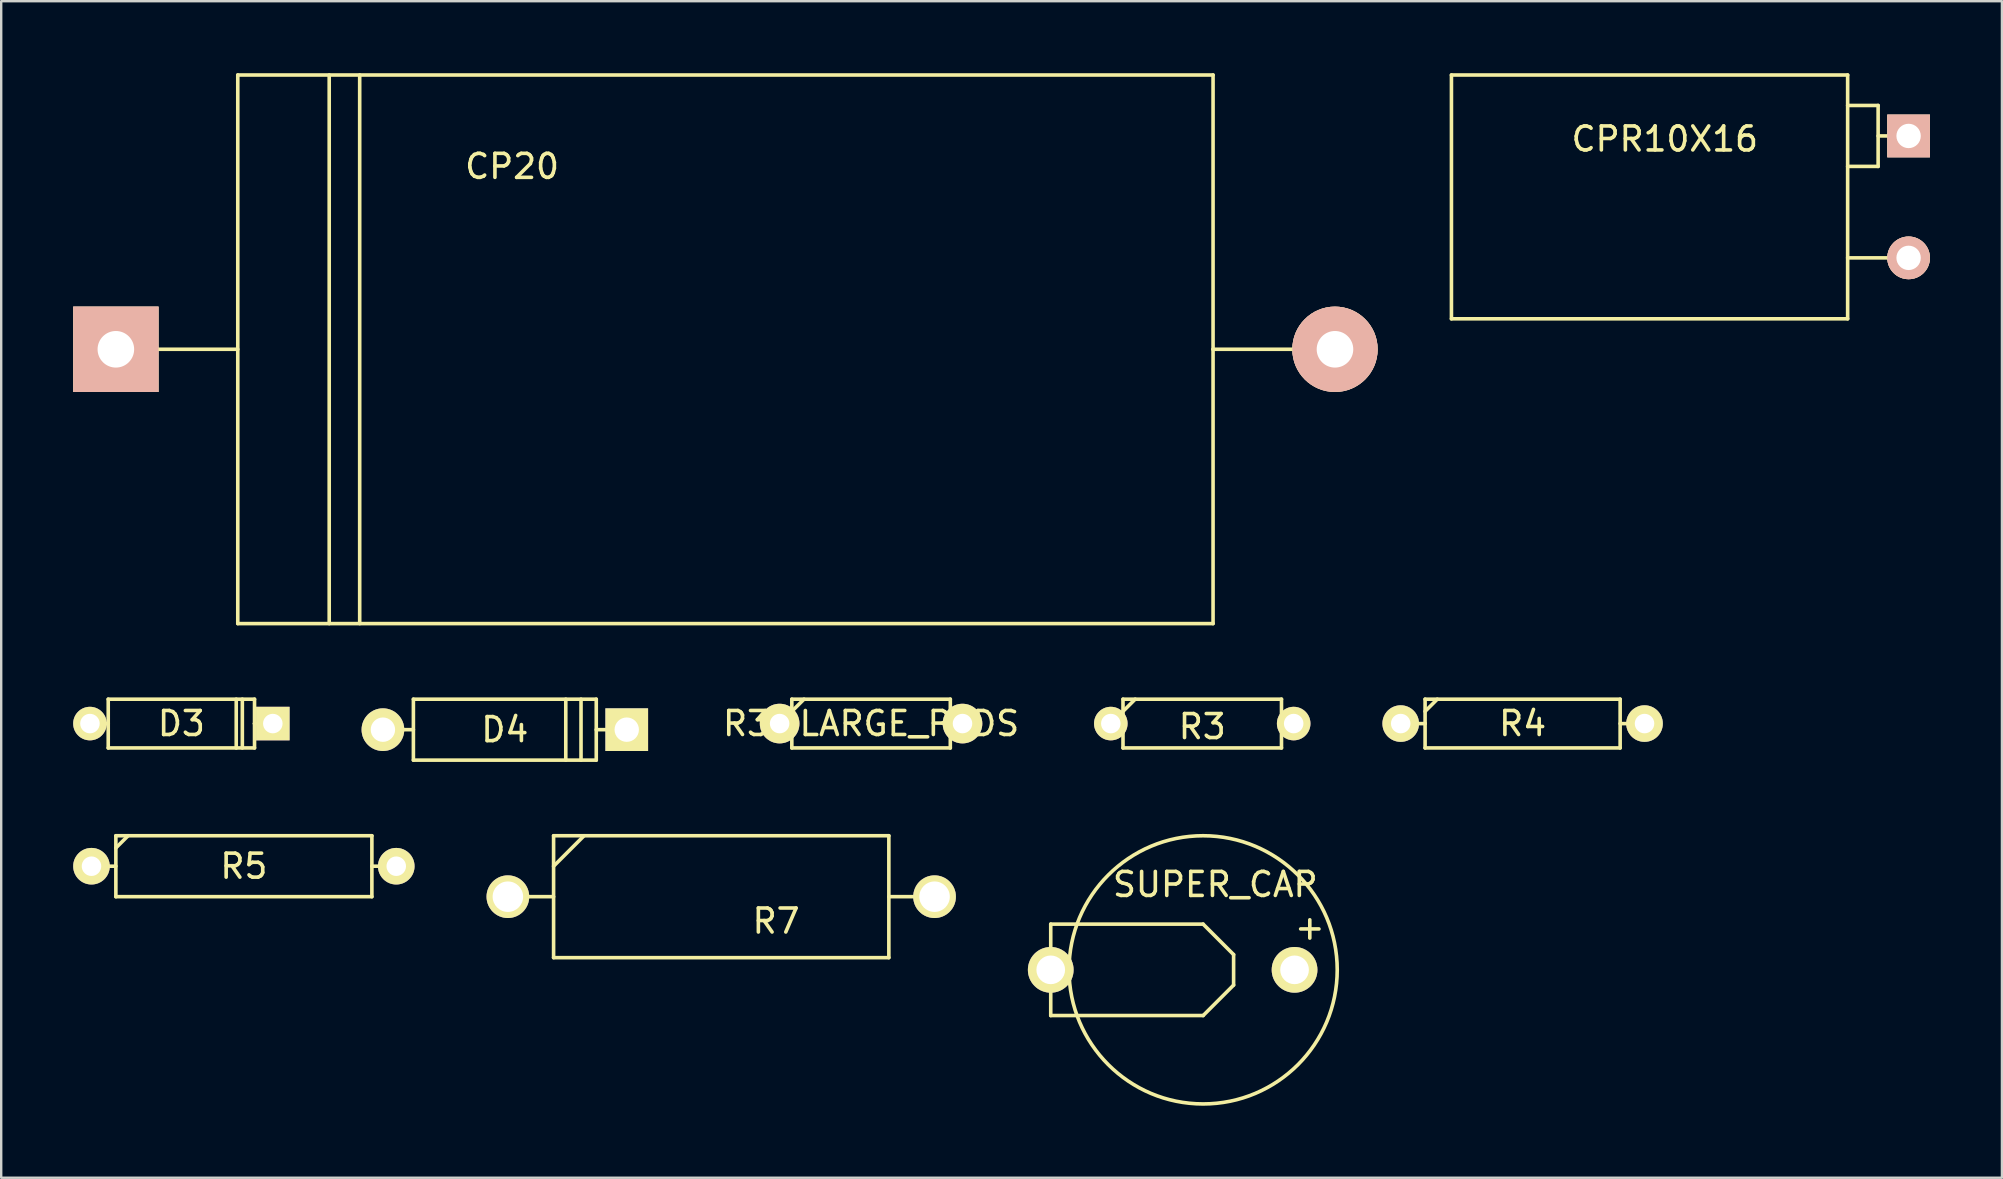
<source format=kicad_pcb>
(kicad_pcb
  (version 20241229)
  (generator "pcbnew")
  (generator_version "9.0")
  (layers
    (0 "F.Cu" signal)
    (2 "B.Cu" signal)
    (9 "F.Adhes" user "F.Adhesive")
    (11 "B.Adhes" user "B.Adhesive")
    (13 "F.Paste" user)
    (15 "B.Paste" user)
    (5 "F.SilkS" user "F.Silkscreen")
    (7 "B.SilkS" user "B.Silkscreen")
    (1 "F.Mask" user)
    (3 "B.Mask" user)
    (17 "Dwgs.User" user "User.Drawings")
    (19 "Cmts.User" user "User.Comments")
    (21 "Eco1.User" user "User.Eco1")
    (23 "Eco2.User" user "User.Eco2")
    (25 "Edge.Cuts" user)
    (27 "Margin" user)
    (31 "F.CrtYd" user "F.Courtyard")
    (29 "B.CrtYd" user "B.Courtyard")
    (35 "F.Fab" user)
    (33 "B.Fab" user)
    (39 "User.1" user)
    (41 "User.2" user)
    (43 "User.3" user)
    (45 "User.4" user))
  (footprint "SUPER_CAP"
    (layer "F.Cu")
    (at 47.084 37.363)
    (property "Reference" "SUPER_CAP" (at 0.508 -3.556 0) (layer "F.SilkS") (effects (font (size 1 1) (thickness 0.15))))
    (attr through_hole)
    (fp_line (start -6.35 -1.905) (end -6.35 1.905) (stroke (width 0.15) (type solid)) (layer "F.SilkS"))
    (fp_line (start -6.35 1.905) (end 0 1.905) (stroke (width 0.15) (type solid)) (layer "F.SilkS"))
    (fp_line (start -5.715 0) (end -6.35 0) (stroke (width 0.15) (type solid)) (layer "F.SilkS"))
    (fp_line (start 0 -1.905) (end -6.35 -1.905) (stroke (width 0.15) (type solid)) (layer "F.SilkS"))
    (fp_line (start 0 1.905) (end 1.27 0.635) (stroke (width 0.15) (type solid)) (layer "F.SilkS"))
    (fp_line (start 1.27 -0.635) (end 0 -1.905) (stroke (width 0.15) (type solid)) (layer "F.SilkS"))
    (fp_line (start 1.27 0.635) (end 1.27 -0.635) (stroke (width 0.15) (type solid)) (layer "F.SilkS"))
    (fp_circle (center 0 0) (end 0 -5.588) (stroke (width 0.15) (type solid)) (fill no) (layer "F.SilkS"))
    (fp_text user "+" (at 4.445 -1.778 0) (layer "F.SilkS") (effects (font (size 1 1) (thickness 0.15))))
    (pad "1" thru_hole circle (at 3.81 0) (size 1.905 1.905) (drill 1.194) (layers "*.Cu" "*.Mask" "F.SilkS"))
    (pad "2" thru_hole circle (at -6.35 0) (size 1.905 1.905) (drill 1.194) (layers "*.Cu" "*.Mask" "F.SilkS")))
  (footprint "CP20"
    (layer "F.Cu")
    (at 27.178 11.505)
    (property "Reference" "CP20" (at -8.89 -7.62 0) (layer "F.SilkS") (effects (font (size 1 1) (thickness 0.15))))
    (attr through_hole)
    (fp_line (start -25.4 0) (end -20.32 0) (stroke (width 0.15) (type solid)) (layer "F.SilkS"))
    (fp_line (start -20.32 -11.43) (end -20.32 11.43) (stroke (width 0.15) (type solid)) (layer "F.SilkS"))
    (fp_line (start -20.32 11.43) (end 20.32 11.43) (stroke (width 0.15) (type solid)) (layer "F.SilkS"))
    (fp_line (start -16.51 -11.43) (end -16.51 11.43) (stroke (width 0.15) (type solid)) (layer "F.SilkS"))
    (fp_line (start -15.24 11.43) (end -15.24 -11.43) (stroke (width 0.15) (type solid)) (layer "F.SilkS"))
    (fp_line (start 20.32 -11.43) (end -20.32 -11.43) (stroke (width 0.15) (type solid)) (layer "F.SilkS"))
    (fp_line (start 20.32 0) (end 20.32 -11.43) (stroke (width 0.15) (type solid)) (layer "F.SilkS"))
    (fp_line (start 20.32 11.43) (end 20.32 0) (stroke (width 0.15) (type solid)) (layer "F.SilkS"))
    (fp_line (start 25.4 0) (end 20.32 0) (stroke (width 0.15) (type solid)) (layer "F.SilkS"))
    (pad "1" thru_hole rect (at -25.4 0) (size 3.556 3.556) (drill 1.524) (layers "*.Cu" "*.SilkS" "*.Mask"))
    (pad "2" thru_hole circle (at 25.4 0) (size 3.556 3.556) (drill 1.524) (layers "*.Cu" "*.SilkS" "*.Mask")))
  (footprint "CPR10X16"
    (layer "F.Cu")
    (at 76.481 5.282)
    (property "Reference" "CPR10X16" (at -10.16 -2.54 0) (layer "F.SilkS") (effects (font (size 1 1) (thickness 0.15))))
    (attr through_hole)
    (fp_line (start -19.05 -5.207) (end -19.05 4.953) (stroke (width 0.15) (type solid)) (layer "F.SilkS"))
    (fp_line (start -19.05 4.953) (end -2.54 4.953) (stroke (width 0.15) (type solid)) (layer "F.SilkS"))
    (fp_line (start -2.54 -5.207) (end -19.05 -5.207) (stroke (width 0.15) (type solid)) (layer "F.SilkS"))
    (fp_line (start -2.54 -3.937) (end -1.27 -3.937) (stroke (width 0.15) (type solid)) (layer "F.SilkS"))
    (fp_line (start -2.54 2.413) (end 0 2.413) (stroke (width 0.15) (type solid)) (layer "F.SilkS"))
    (fp_line (start -2.54 4.953) (end -2.54 -5.207) (stroke (width 0.15) (type solid)) (layer "F.SilkS"))
    (fp_line (start -1.27 -3.937) (end -1.27 -1.397) (stroke (width 0.15) (type solid)) (layer "F.SilkS"))
    (fp_line (start -1.27 -2.667) (end 0 -2.667) (stroke (width 0.15) (type solid)) (layer "F.SilkS"))
    (fp_line (start -1.27 -1.397) (end -2.54 -1.397) (stroke (width 0.15) (type solid)) (layer "F.SilkS"))
    (pad "1" thru_hole rect (at 0 -2.667) (size 1.778 1.778) (drill 1.016) (layers "*.Cu" "*.SilkS" "*.Mask"))
    (pad "2" thru_hole circle (at 0 2.413) (size 1.778 1.778) (drill 1.016) (layers "*.Cu" "*.SilkS" "*.Mask")))
  (footprint "R3"
    (layer "F.Cu")
    (at 47.047 27.101)
    (property "Reference" "R3" (at 0 0.127 0) (layer "F.SilkS") (effects (font (size 1 1) (thickness 0.15))))
    (attr through_hole)
    (fp_line (start -3.81 0) (end -3.302 0) (stroke (width 0.15) (type solid)) (layer "F.SilkS"))
    (fp_line (start -3.302 -1.016) (end -3.302 1.016) (stroke (width 0.15) (type solid)) (layer "F.SilkS"))
    (fp_line (start -3.302 -0.508) (end -2.794 -1.016) (stroke (width 0.15) (type solid)) (layer "F.SilkS"))
    (fp_line (start -3.302 1.016) (end 3.302 1.016) (stroke (width 0.15) (type solid)) (layer "F.SilkS"))
    (fp_line (start 3.302 -1.016) (end -3.302 -1.016) (stroke (width 0.15) (type solid)) (layer "F.SilkS"))
    (fp_line (start 3.302 0) (end 3.302 -1.016) (stroke (width 0.15) (type solid)) (layer "F.SilkS"))
    (fp_line (start 3.302 1.016) (end 3.302 0) (stroke (width 0.15) (type solid)) (layer "F.SilkS"))
    (fp_line (start 3.81 0) (end 3.302 0) (stroke (width 0.15) (type solid)) (layer "F.SilkS"))
    (pad "1" thru_hole circle (at -3.81 0) (size 1.397 1.397) (drill 0.813) (layers "*.Cu" "*.Mask" "F.SilkS"))
    (pad "2" thru_hole circle (at 3.81 0) (size 1.397 1.397) (drill 0.813) (layers "*.Cu" "*.Mask" "F.SilkS")))
  (footprint "D4"
    (layer "F.Cu")
    (at 17.986 27.355)
    (property "Reference" "D4" (at 0 0 0) (layer "F.SilkS") (effects (font (size 1 1) (thickness 0.15))))
    (attr through_hole)
    (fp_line (start -3.81 -1.27) (end 3.81 -1.27) (stroke (width 0.15) (type solid)) (layer "F.SilkS"))
    (fp_line (start -3.81 0) (end -5.08 0) (stroke (width 0.15) (type solid)) (layer "F.SilkS"))
    (fp_line (start -3.81 1.27) (end -3.81 -1.27) (stroke (width 0.15) (type solid)) (layer "F.SilkS"))
    (fp_line (start 2.54 1.27) (end 2.54 -1.27) (stroke (width 0.15) (type solid)) (layer "F.SilkS"))
    (fp_line (start 3.175 -1.27) (end 3.175 1.27) (stroke (width 0.15) (type solid)) (layer "F.SilkS"))
    (fp_line (start 3.81 -1.27) (end 3.81 1.27) (stroke (width 0.15) (type solid)) (layer "F.SilkS"))
    (fp_line (start 3.81 0) (end 5.08 0) (stroke (width 0.15) (type solid)) (layer "F.SilkS"))
    (fp_line (start 3.81 1.27) (end -3.81 1.27) (stroke (width 0.15) (type solid)) (layer "F.SilkS"))
    (pad "1" thru_hole rect (at 5.08 0) (size 1.778 1.778) (drill 1.016) (layers "*.Cu" "*.Mask" "F.SilkS"))
    (pad "2" thru_hole circle (at -5.08 0) (size 1.778 1.778) (drill 1.016) (layers "*.Cu" "*.Mask" "F.SilkS")))
  (footprint "R4"
    (layer "F.Cu")
    (at 60.397 27.101)
    (property "Reference" "R4" (at 0 0 0) (layer "F.SilkS") (effects (font (size 1 1) (thickness 0.15))))
    (attr through_hole)
    (fp_line (start -5.08 0) (end -4.064 0) (stroke (width 0.15) (type solid)) (layer "F.SilkS"))
    (fp_line (start -4.064 -1.016) (end 4.064 -1.016) (stroke (width 0.15) (type solid)) (layer "F.SilkS"))
    (fp_line (start -4.064 -0.508) (end -3.556 -1.016) (stroke (width 0.15) (type solid)) (layer "F.SilkS"))
    (fp_line (start -4.064 0) (end -4.064 -1.016) (stroke (width 0.15) (type solid)) (layer "F.SilkS"))
    (fp_line (start -4.064 1.016) (end -4.064 0) (stroke (width 0.15) (type solid)) (layer "F.SilkS"))
    (fp_line (start 4.064 -1.016) (end 4.064 1.016) (stroke (width 0.15) (type solid)) (layer "F.SilkS"))
    (fp_line (start 4.064 1.016) (end -4.064 1.016) (stroke (width 0.15) (type solid)) (layer "F.SilkS"))
    (fp_line (start 5.08 0) (end 4.064 0) (stroke (width 0.15) (type solid)) (layer "F.SilkS"))
    (pad "1" thru_hole circle (at -5.08 0) (size 1.524 1.524) (drill 0.813) (layers "*.Cu" "*.Mask" "F.SilkS"))
    (pad "2" thru_hole circle (at 5.08 0) (size 1.524 1.524) (drill 0.813) (layers "*.Cu" "*.Mask" "F.SilkS")))
  (footprint "D3"
    (layer "F.Cu")
    (at 4.508 27.101)
    (property "Reference" "D3" (at 0 0 0) (layer "F.SilkS") (effects (font (size 1 1) (thickness 0.15))))
    (attr through_hole)
    (fp_line (start -3.048 -1.016) (end -3.048 0) (stroke (width 0.15) (type solid)) (layer "F.SilkS"))
    (fp_line (start -3.048 0) (end -3.81 0) (stroke (width 0.15) (type solid)) (layer "F.SilkS"))
    (fp_line (start -3.048 0) (end -3.048 1.016) (stroke (width 0.15) (type solid)) (layer "F.SilkS"))
    (fp_line (start -3.048 1.016) (end 3.048 1.016) (stroke (width 0.15) (type solid)) (layer "F.SilkS"))
    (fp_line (start 2.286 1.016) (end 2.286 -1.016) (stroke (width 0.15) (type solid)) (layer "F.SilkS"))
    (fp_line (start 2.54 -1.016) (end 2.54 1.016) (stroke (width 0.15) (type solid)) (layer "F.SilkS"))
    (fp_line (start 3.048 -1.016) (end -3.048 -1.016) (stroke (width 0.15) (type solid)) (layer "F.SilkS"))
    (fp_line (start 3.048 0) (end 3.048 -1.016) (stroke (width 0.15) (type solid)) (layer "F.SilkS"))
    (fp_line (start 3.048 1.016) (end 3.048 0) (stroke (width 0.15) (type solid)) (layer "F.SilkS"))
    (fp_line (start 3.81 0) (end 3.048 0) (stroke (width 0.15) (type solid)) (layer "F.SilkS"))
    (pad "1" thru_hole rect (at 3.81 0) (size 1.397 1.397) (drill 0.813) (layers "*.Cu" "*.Mask" "F.SilkS"))
    (pad "2" thru_hole circle (at -3.81 0) (size 1.397 1.397) (drill 0.813) (layers "*.Cu" "*.Mask" "F.SilkS")))
  (footprint "R7"
    (layer "F.Cu")
    (at 27.003 34.315)
    (property "Reference" "R7" (at 2.286 1.016 0) (layer "F.SilkS") (effects (font (size 1 1) (thickness 0.15))))
    (attr through_hole)
    (fp_line (start -8.89 0) (end -8.89 0) (stroke (width 0.15) (type solid)) (layer "F.SilkS"))
    (fp_line (start -8.89 0) (end -8.89 0) (stroke (width 0.15) (type solid)) (layer "F.SilkS"))
    (fp_line (start -8.89 0) (end -6.985 0) (stroke (width 0.15) (type solid)) (layer "F.SilkS"))
    (fp_line (start -6.985 -2.54) (end -6.985 2.54) (stroke (width 0.15) (type solid)) (layer "F.SilkS"))
    (fp_line (start -6.985 -2.54) (end 6.985 -2.54) (stroke (width 0.15) (type solid)) (layer "F.SilkS"))
    (fp_line (start -6.985 -1.27) (end -5.715 -2.54) (stroke (width 0.15) (type solid)) (layer "F.SilkS"))
    (fp_line (start 6.985 -2.54) (end 6.985 2.54) (stroke (width 0.15) (type solid)) (layer "F.SilkS"))
    (fp_line (start 6.985 0) (end 8.89 0) (stroke (width 0.15) (type solid)) (layer "F.SilkS"))
    (fp_line (start 6.985 2.54) (end -6.985 2.54) (stroke (width 0.15) (type solid)) (layer "F.SilkS"))
    (fp_line (start 8.89 0) (end 8.89 0) (stroke (width 0.15) (type solid)) (layer "F.SilkS"))
    (pad "1" thru_hole circle (at -8.89 0) (size 1.778 1.778) (drill 1.27) (layers "*.Cu" "*.Mask" "F.SilkS"))
    (pad "2" thru_hole circle (at 8.89 0) (size 1.778 1.778) (drill 1.27) (layers "*.Cu" "*.Mask" "F.SilkS")))
  (footprint "R5"
    (layer "F.Cu")
    (at 7.112 33.045)
    (property "Reference" "R5" (at 0 0 0) (layer "F.SilkS") (effects (font (size 1 1) (thickness 0.15))))
    (attr through_hole)
    (fp_line (start -6.35 0) (end -5.334 0) (stroke (width 0.15) (type solid)) (layer "F.SilkS"))
    (fp_line (start -5.334 -1.27) (end 5.334 -1.27) (stroke (width 0.15) (type solid)) (layer "F.SilkS"))
    (fp_line (start -5.334 -0.762) (end -4.826 -1.27) (stroke (width 0.15) (type solid)) (layer "F.SilkS"))
    (fp_line (start -5.334 1.27) (end -5.334 -1.27) (stroke (width 0.15) (type solid)) (layer "F.SilkS"))
    (fp_line (start 5.334 -1.27) (end 5.334 1.27) (stroke (width 0.15) (type solid)) (layer "F.SilkS"))
    (fp_line (start 5.334 1.27) (end -5.334 1.27) (stroke (width 0.15) (type solid)) (layer "F.SilkS"))
    (fp_line (start 6.35 0) (end 5.334 0) (stroke (width 0.15) (type solid)) (layer "F.SilkS"))
    (pad "1" thru_hole circle (at -6.35 0) (size 1.524 1.524) (drill 0.813) (layers "*.Cu" "*.Mask" "F.SilkS"))
    (pad "2" thru_hole circle (at 6.35 0) (size 1.524 1.524) (drill 0.813) (layers "*.Cu" "*.Mask" "F.SilkS")))
  (footprint "R3-LARGE_PADS"
    (layer "F.Cu")
    (at 33.247 27.101)
    (property "Reference" "R3-LARGE_PADS" (at 0 0 0) (layer "F.SilkS") (effects (font (size 1 1) (thickness 0.15))))
    (attr through_hole)
    (fp_line (start -3.81 0) (end -3.302 0) (stroke (width 0.15) (type solid)) (layer "F.SilkS"))
    (fp_line (start -3.302 -1.016) (end -3.302 1.016) (stroke (width 0.15) (type solid)) (layer "F.SilkS"))
    (fp_line (start -3.302 -0.508) (end -2.794 -1.016) (stroke (width 0.15) (type solid)) (layer "F.SilkS"))
    (fp_line (start -3.302 1.016) (end 3.302 1.016) (stroke (width 0.15) (type solid)) (layer "F.SilkS"))
    (fp_line (start 3.302 -1.016) (end -3.302 -1.016) (stroke (width 0.15) (type solid)) (layer "F.SilkS"))
    (fp_line (start 3.302 0) (end 3.302 -1.016) (stroke (width 0.15) (type solid)) (layer "F.SilkS"))
    (fp_line (start 3.302 1.016) (end 3.302 0) (stroke (width 0.15) (type solid)) (layer "F.SilkS"))
    (fp_line (start 3.81 0) (end 3.302 0) (stroke (width 0.15) (type solid)) (layer "F.SilkS"))
    (pad "1" thru_hole circle (at -3.81 0) (size 1.651 1.651) (drill 0.813) (layers "*.Cu" "*.Mask" "F.SilkS"))
    (pad "2" thru_hole circle (at 3.81 0) (size 1.651 1.651) (drill 0.813) (layers "*.Cu" "*.Mask" "F.SilkS")))
  (gr_rect
    (start -3 -3)
    (end 80.37 46.026)
    (stroke (width 0.1) (type default))
    (fill no)
    (layer "Edge.Cuts")))
</source>
